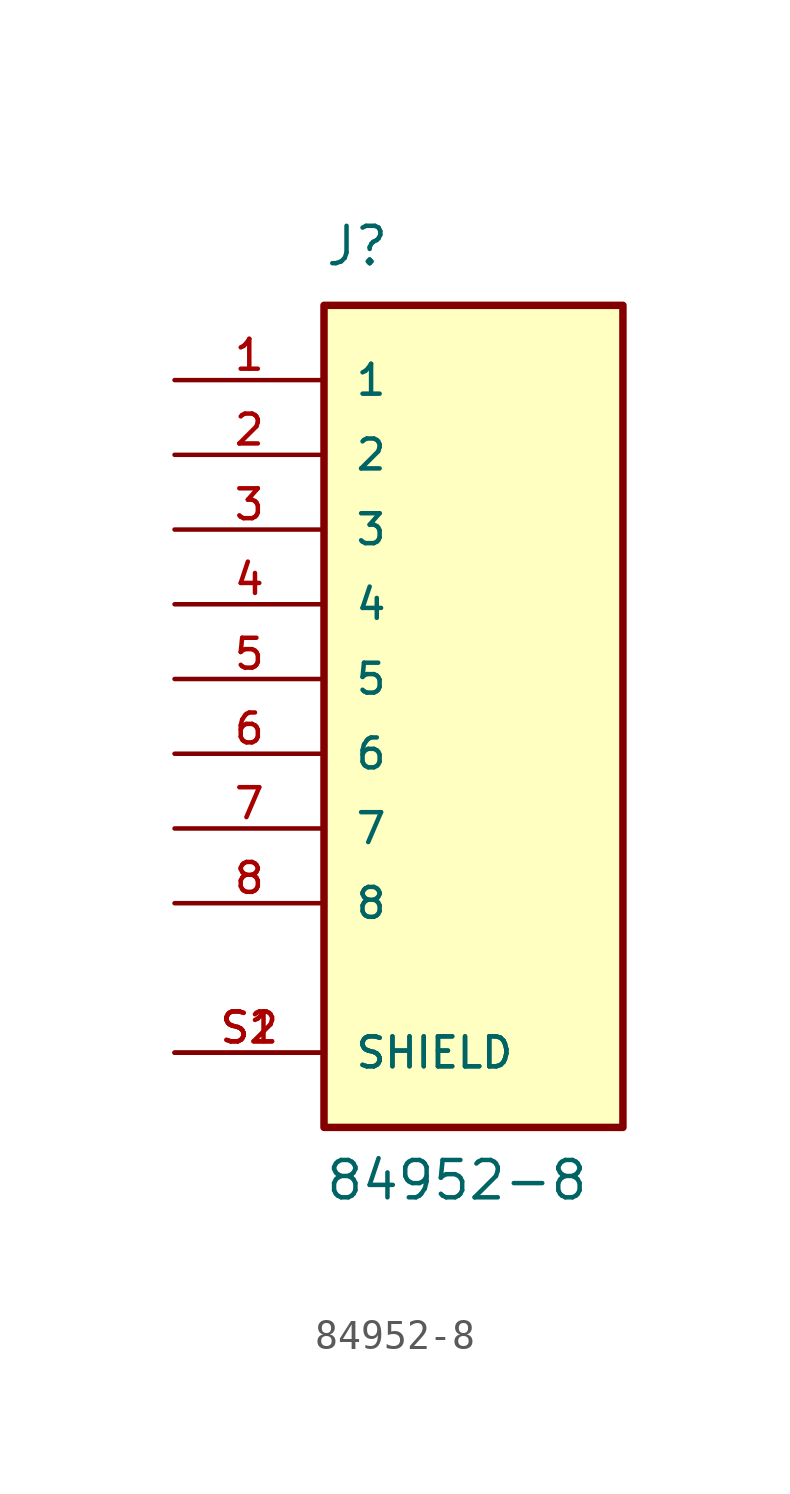
<source format=kicad_sym>
(kicad_symbol_lib
  (version 20211014)
  (generator kicad_symbol_editor)
  (symbol "84952-8"
    (pin_names
      (offset 1.016))
    (property "Reference" "J"
      (at -5.08 13.97 0)
      (effects (font (size 1.27 1.27)) (justify bottom left)))
    (property "Value" "84952-8"
      (at -5.08 -17.78 0)
      (effects (font (size 1.27 1.27)) (justify bottom left)))
    (symbol "84952-8_0_0"
      (rectangle (start -5.08 -15.24) (end 5.08 12.7) (stroke (width 0.254)) (fill (type background)))
      (pin passive line (at -10.16 10.16 0) (length 5.08) (name "1" (effects (font (size 1.016 1.016)))) (number "1" (effects (font (size 1.016 1.016)))))
      (pin passive line (at -10.16 7.62 0) (length 5.08) (name "2" (effects (font (size 1.016 1.016)))) (number "2" (effects (font (size 1.016 1.016)))))
      (pin passive line (at -10.16 5.08 0) (length 5.08) (name "3" (effects (font (size 1.016 1.016)))) (number "3" (effects (font (size 1.016 1.016)))))
      (pin passive line (at -10.16 2.54 0) (length 5.08) (name "4" (effects (font (size 1.016 1.016)))) (number "4" (effects (font (size 1.016 1.016)))))
      (pin passive line (at -10.16 0.0 0) (length 5.08) (name "5" (effects (font (size 1.016 1.016)))) (number "5" (effects (font (size 1.016 1.016)))))
      (pin passive line (at -10.16 -2.54 0) (length 5.08) (name "6" (effects (font (size 1.016 1.016)))) (number "6" (effects (font (size 1.016 1.016)))))
      (pin passive line (at -10.16 -12.7 0) (length 5.08) (name "SHIELD" (effects (font (size 1.016 1.016)))) (number "S1" (effects (font (size 1.016 1.016)))))
      (pin passive line (at -10.16 -12.7 0) (length 5.08) (name "SHIELD" (effects (font (size 1.016 1.016)))) (number "S2" (effects (font (size 1.016 1.016)))))
      (pin passive line (at -10.16 -5.08 0) (length 5.08) (name "7" (effects (font (size 1.016 1.016)))) (number "7" (effects (font (size 1.016 1.016)))))
      (pin passive line (at -10.16 -7.62 0) (length 5.08) (name "8" (effects (font (size 1.016 1.016)))) (number "8" (effects (font (size 1.016 1.016))))))))
</source>
